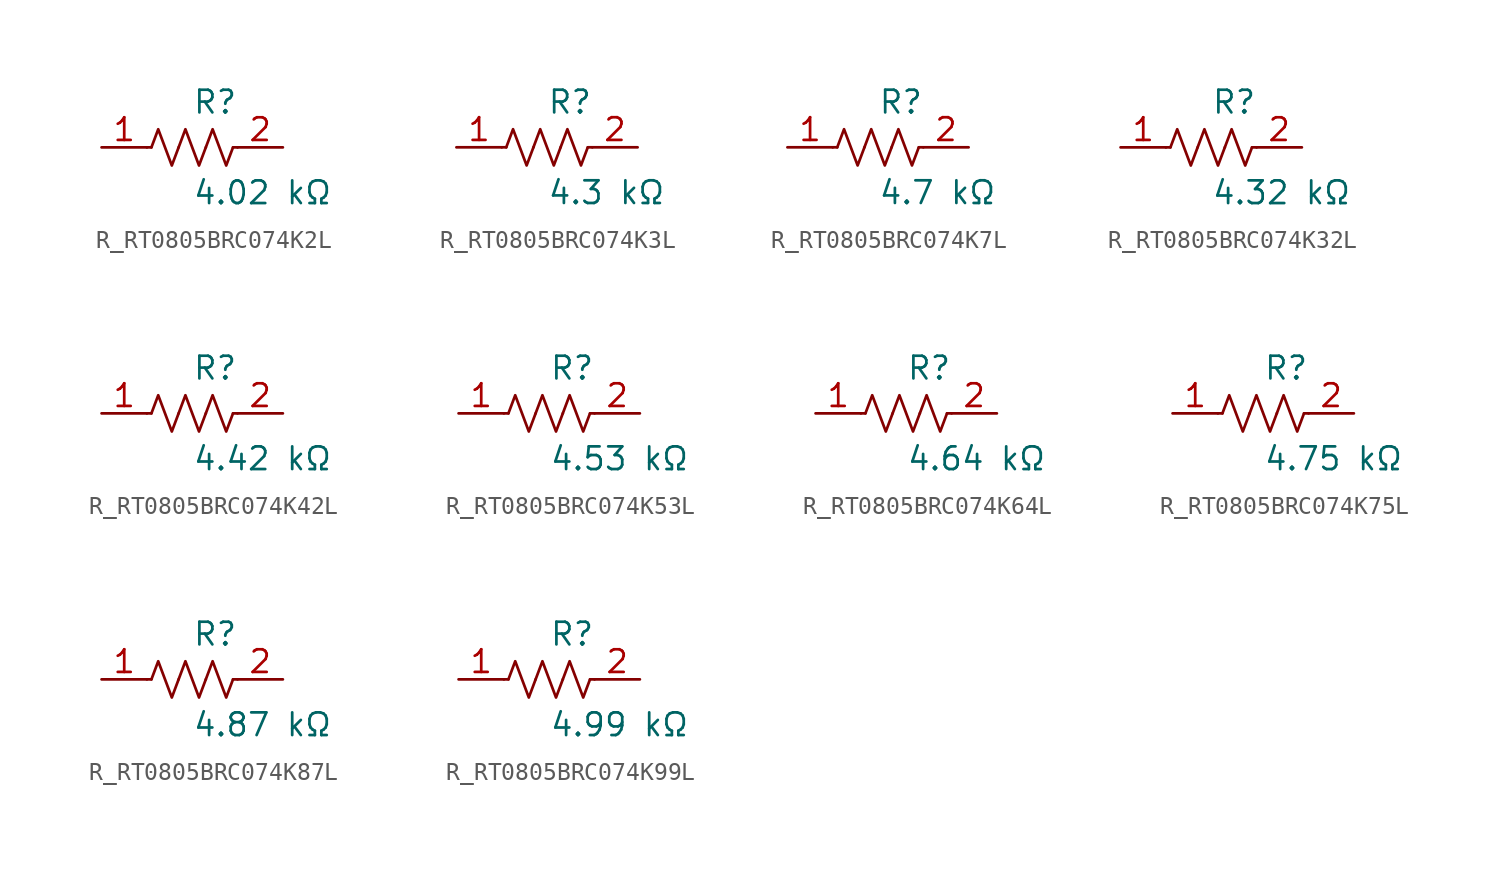
<source format=kicad_sym>
(kicad_symbol_lib
  (version 20231120)
  (generator kicad_symbol_editor)
  (generator_version 8.0)
  (symbol "R_RT0805BRC074K2L"
    (pin_names
      (offset 0.254))
    (property "Reference" "R"
      (at 0.0 2.54 0)
      (effects (font (size 1.27 1.27)) (justify left)))
    (property "Value" "4.02 kΩ"
      (at 0.0 -2.54 0)
      (effects (font (size 1.27 1.27)) (justify left)))
    (symbol "R_RT0805BRC074K2L_0_1"
      (polyline (pts (xy 2.286 0) (xy 2.54 0)) (stroke (width 0) (type default)) (fill (type none)))
      (polyline (pts (xy -2.286 0) (xy -2.54 0)) (stroke (width 0) (type default)) (fill (type none)))
      (polyline (pts (xy 0.762 0) (xy 1.143 1.016) (xy 1.524 0) (xy 1.905 -1.016) (xy 2.286 0)) (stroke (width 0) (type default)) (fill (type none)))
      (polyline (pts (xy -0.762 0) (xy -0.381 1.016) (xy 0 0) (xy 0.381 -1.016) (xy 0.762 0)) (stroke (width 0) (type default)) (fill (type none)))
      (polyline (pts (xy -2.286 0) (xy -1.905 1.016) (xy -1.524 0) (xy -1.143 -1.016) (xy -0.762 0)) (stroke (width 0) (type default)) (fill (type none))))
    (pin unspecified line
      (at -5.08 0 0)
      (length 2.54)
      (name "" (effects (font (size 1.27 1.27))))
      (number "1" (effects (font (size 1.27 1.27)))))
    (pin unspecified line
      (at 5.08 0 180)
      (length 2.54)
      (name "" (effects (font (size 1.27 1.27))))
      (number "2" (effects (font (size 1.27 1.27))))))
  (symbol "R_RT0805BRC074K3L"
    (pin_names
      (offset 0.254))
    (property "Reference" "R"
      (at 0.0 2.54 0)
      (effects (font (size 1.27 1.27)) (justify left)))
    (property "Value" "4.3 kΩ"
      (at 0.0 -2.54 0)
      (effects (font (size 1.27 1.27)) (justify left)))
    (symbol "R_RT0805BRC074K3L_0_1"
      (polyline (pts (xy 2.286 0) (xy 2.54 0)) (stroke (width 0) (type default)) (fill (type none)))
      (polyline (pts (xy -2.286 0) (xy -2.54 0)) (stroke (width 0) (type default)) (fill (type none)))
      (polyline (pts (xy 0.762 0) (xy 1.143 1.016) (xy 1.524 0) (xy 1.905 -1.016) (xy 2.286 0)) (stroke (width 0) (type default)) (fill (type none)))
      (polyline (pts (xy -0.762 0) (xy -0.381 1.016) (xy 0 0) (xy 0.381 -1.016) (xy 0.762 0)) (stroke (width 0) (type default)) (fill (type none)))
      (polyline (pts (xy -2.286 0) (xy -1.905 1.016) (xy -1.524 0) (xy -1.143 -1.016) (xy -0.762 0)) (stroke (width 0) (type default)) (fill (type none))))
    (pin unspecified line
      (at -5.08 0 0)
      (length 2.54)
      (name "" (effects (font (size 1.27 1.27))))
      (number "1" (effects (font (size 1.27 1.27)))))
    (pin unspecified line
      (at 5.08 0 180)
      (length 2.54)
      (name "" (effects (font (size 1.27 1.27))))
      (number "2" (effects (font (size 1.27 1.27))))))
  (symbol "R_RT0805BRC074K7L"
    (pin_names
      (offset 0.254))
    (property "Reference" "R"
      (at 0.0 2.54 0)
      (effects (font (size 1.27 1.27)) (justify left)))
    (property "Value" "4.7 kΩ"
      (at 0.0 -2.54 0)
      (effects (font (size 1.27 1.27)) (justify left)))
    (symbol "R_RT0805BRC074K7L_0_1"
      (polyline (pts (xy 2.286 0) (xy 2.54 0)) (stroke (width 0) (type default)) (fill (type none)))
      (polyline (pts (xy -2.286 0) (xy -2.54 0)) (stroke (width 0) (type default)) (fill (type none)))
      (polyline (pts (xy 0.762 0) (xy 1.143 1.016) (xy 1.524 0) (xy 1.905 -1.016) (xy 2.286 0)) (stroke (width 0) (type default)) (fill (type none)))
      (polyline (pts (xy -0.762 0) (xy -0.381 1.016) (xy 0 0) (xy 0.381 -1.016) (xy 0.762 0)) (stroke (width 0) (type default)) (fill (type none)))
      (polyline (pts (xy -2.286 0) (xy -1.905 1.016) (xy -1.524 0) (xy -1.143 -1.016) (xy -0.762 0)) (stroke (width 0) (type default)) (fill (type none))))
    (pin unspecified line
      (at -5.08 0 0)
      (length 2.54)
      (name "" (effects (font (size 1.27 1.27))))
      (number "1" (effects (font (size 1.27 1.27)))))
    (pin unspecified line
      (at 5.08 0 180)
      (length 2.54)
      (name "" (effects (font (size 1.27 1.27))))
      (number "2" (effects (font (size 1.27 1.27))))))
  (symbol "R_RT0805BRC074K32L"
    (pin_names
      (offset 0.254))
    (property "Reference" "R"
      (at 0.0 2.54 0)
      (effects (font (size 1.27 1.27)) (justify left)))
    (property "Value" "4.32 kΩ"
      (at 0.0 -2.54 0)
      (effects (font (size 1.27 1.27)) (justify left)))
    (symbol "R_RT0805BRC074K32L_0_1"
      (polyline (pts (xy 2.286 0) (xy 2.54 0)) (stroke (width 0) (type default)) (fill (type none)))
      (polyline (pts (xy -2.286 0) (xy -2.54 0)) (stroke (width 0) (type default)) (fill (type none)))
      (polyline (pts (xy 0.762 0) (xy 1.143 1.016) (xy 1.524 0) (xy 1.905 -1.016) (xy 2.286 0)) (stroke (width 0) (type default)) (fill (type none)))
      (polyline (pts (xy -0.762 0) (xy -0.381 1.016) (xy 0 0) (xy 0.381 -1.016) (xy 0.762 0)) (stroke (width 0) (type default)) (fill (type none)))
      (polyline (pts (xy -2.286 0) (xy -1.905 1.016) (xy -1.524 0) (xy -1.143 -1.016) (xy -0.762 0)) (stroke (width 0) (type default)) (fill (type none))))
    (pin unspecified line
      (at -5.08 0 0)
      (length 2.54)
      (name "" (effects (font (size 1.27 1.27))))
      (number "1" (effects (font (size 1.27 1.27)))))
    (pin unspecified line
      (at 5.08 0 180)
      (length 2.54)
      (name "" (effects (font (size 1.27 1.27))))
      (number "2" (effects (font (size 1.27 1.27))))))
  (symbol "R_RT0805BRC074K42L"
    (pin_names
      (offset 0.254))
    (property "Reference" "R"
      (at 0.0 2.54 0)
      (effects (font (size 1.27 1.27)) (justify left)))
    (property "Value" "4.42 kΩ"
      (at 0.0 -2.54 0)
      (effects (font (size 1.27 1.27)) (justify left)))
    (symbol "R_RT0805BRC074K42L_0_1"
      (polyline (pts (xy 2.286 0) (xy 2.54 0)) (stroke (width 0) (type default)) (fill (type none)))
      (polyline (pts (xy -2.286 0) (xy -2.54 0)) (stroke (width 0) (type default)) (fill (type none)))
      (polyline (pts (xy 0.762 0) (xy 1.143 1.016) (xy 1.524 0) (xy 1.905 -1.016) (xy 2.286 0)) (stroke (width 0) (type default)) (fill (type none)))
      (polyline (pts (xy -0.762 0) (xy -0.381 1.016) (xy 0 0) (xy 0.381 -1.016) (xy 0.762 0)) (stroke (width 0) (type default)) (fill (type none)))
      (polyline (pts (xy -2.286 0) (xy -1.905 1.016) (xy -1.524 0) (xy -1.143 -1.016) (xy -0.762 0)) (stroke (width 0) (type default)) (fill (type none))))
    (pin unspecified line
      (at -5.08 0 0)
      (length 2.54)
      (name "" (effects (font (size 1.27 1.27))))
      (number "1" (effects (font (size 1.27 1.27)))))
    (pin unspecified line
      (at 5.08 0 180)
      (length 2.54)
      (name "" (effects (font (size 1.27 1.27))))
      (number "2" (effects (font (size 1.27 1.27))))))
  (symbol "R_RT0805BRC074K53L"
    (pin_names
      (offset 0.254))
    (property "Reference" "R"
      (at 0.0 2.54 0)
      (effects (font (size 1.27 1.27)) (justify left)))
    (property "Value" "4.53 kΩ"
      (at 0.0 -2.54 0)
      (effects (font (size 1.27 1.27)) (justify left)))
    (symbol "R_RT0805BRC074K53L_0_1"
      (polyline (pts (xy 2.286 0) (xy 2.54 0)) (stroke (width 0) (type default)) (fill (type none)))
      (polyline (pts (xy -2.286 0) (xy -2.54 0)) (stroke (width 0) (type default)) (fill (type none)))
      (polyline (pts (xy 0.762 0) (xy 1.143 1.016) (xy 1.524 0) (xy 1.905 -1.016) (xy 2.286 0)) (stroke (width 0) (type default)) (fill (type none)))
      (polyline (pts (xy -0.762 0) (xy -0.381 1.016) (xy 0 0) (xy 0.381 -1.016) (xy 0.762 0)) (stroke (width 0) (type default)) (fill (type none)))
      (polyline (pts (xy -2.286 0) (xy -1.905 1.016) (xy -1.524 0) (xy -1.143 -1.016) (xy -0.762 0)) (stroke (width 0) (type default)) (fill (type none))))
    (pin unspecified line
      (at -5.08 0 0)
      (length 2.54)
      (name "" (effects (font (size 1.27 1.27))))
      (number "1" (effects (font (size 1.27 1.27)))))
    (pin unspecified line
      (at 5.08 0 180)
      (length 2.54)
      (name "" (effects (font (size 1.27 1.27))))
      (number "2" (effects (font (size 1.27 1.27))))))
  (symbol "R_RT0805BRC074K64L"
    (pin_names
      (offset 0.254))
    (property "Reference" "R"
      (at 0.0 2.54 0)
      (effects (font (size 1.27 1.27)) (justify left)))
    (property "Value" "4.64 kΩ"
      (at 0.0 -2.54 0)
      (effects (font (size 1.27 1.27)) (justify left)))
    (symbol "R_RT0805BRC074K64L_0_1"
      (polyline (pts (xy 2.286 0) (xy 2.54 0)) (stroke (width 0) (type default)) (fill (type none)))
      (polyline (pts (xy -2.286 0) (xy -2.54 0)) (stroke (width 0) (type default)) (fill (type none)))
      (polyline (pts (xy 0.762 0) (xy 1.143 1.016) (xy 1.524 0) (xy 1.905 -1.016) (xy 2.286 0)) (stroke (width 0) (type default)) (fill (type none)))
      (polyline (pts (xy -0.762 0) (xy -0.381 1.016) (xy 0 0) (xy 0.381 -1.016) (xy 0.762 0)) (stroke (width 0) (type default)) (fill (type none)))
      (polyline (pts (xy -2.286 0) (xy -1.905 1.016) (xy -1.524 0) (xy -1.143 -1.016) (xy -0.762 0)) (stroke (width 0) (type default)) (fill (type none))))
    (pin unspecified line
      (at -5.08 0 0)
      (length 2.54)
      (name "" (effects (font (size 1.27 1.27))))
      (number "1" (effects (font (size 1.27 1.27)))))
    (pin unspecified line
      (at 5.08 0 180)
      (length 2.54)
      (name "" (effects (font (size 1.27 1.27))))
      (number "2" (effects (font (size 1.27 1.27))))))
  (symbol "R_RT0805BRC074K75L"
    (pin_names
      (offset 0.254))
    (property "Reference" "R"
      (at 0.0 2.54 0)
      (effects (font (size 1.27 1.27)) (justify left)))
    (property "Value" "4.75 kΩ"
      (at 0.0 -2.54 0)
      (effects (font (size 1.27 1.27)) (justify left)))
    (symbol "R_RT0805BRC074K75L_0_1"
      (polyline (pts (xy 2.286 0) (xy 2.54 0)) (stroke (width 0) (type default)) (fill (type none)))
      (polyline (pts (xy -2.286 0) (xy -2.54 0)) (stroke (width 0) (type default)) (fill (type none)))
      (polyline (pts (xy 0.762 0) (xy 1.143 1.016) (xy 1.524 0) (xy 1.905 -1.016) (xy 2.286 0)) (stroke (width 0) (type default)) (fill (type none)))
      (polyline (pts (xy -0.762 0) (xy -0.381 1.016) (xy 0 0) (xy 0.381 -1.016) (xy 0.762 0)) (stroke (width 0) (type default)) (fill (type none)))
      (polyline (pts (xy -2.286 0) (xy -1.905 1.016) (xy -1.524 0) (xy -1.143 -1.016) (xy -0.762 0)) (stroke (width 0) (type default)) (fill (type none))))
    (pin unspecified line
      (at -5.08 0 0)
      (length 2.54)
      (name "" (effects (font (size 1.27 1.27))))
      (number "1" (effects (font (size 1.27 1.27)))))
    (pin unspecified line
      (at 5.08 0 180)
      (length 2.54)
      (name "" (effects (font (size 1.27 1.27))))
      (number "2" (effects (font (size 1.27 1.27))))))
  (symbol "R_RT0805BRC074K87L"
    (pin_names
      (offset 0.254))
    (property "Reference" "R"
      (at 0.0 2.54 0)
      (effects (font (size 1.27 1.27)) (justify left)))
    (property "Value" "4.87 kΩ"
      (at 0.0 -2.54 0)
      (effects (font (size 1.27 1.27)) (justify left)))
    (symbol "R_RT0805BRC074K87L_0_1"
      (polyline (pts (xy 2.286 0) (xy 2.54 0)) (stroke (width 0) (type default)) (fill (type none)))
      (polyline (pts (xy -2.286 0) (xy -2.54 0)) (stroke (width 0) (type default)) (fill (type none)))
      (polyline (pts (xy 0.762 0) (xy 1.143 1.016) (xy 1.524 0) (xy 1.905 -1.016) (xy 2.286 0)) (stroke (width 0) (type default)) (fill (type none)))
      (polyline (pts (xy -0.762 0) (xy -0.381 1.016) (xy 0 0) (xy 0.381 -1.016) (xy 0.762 0)) (stroke (width 0) (type default)) (fill (type none)))
      (polyline (pts (xy -2.286 0) (xy -1.905 1.016) (xy -1.524 0) (xy -1.143 -1.016) (xy -0.762 0)) (stroke (width 0) (type default)) (fill (type none))))
    (pin unspecified line
      (at -5.08 0 0)
      (length 2.54)
      (name "" (effects (font (size 1.27 1.27))))
      (number "1" (effects (font (size 1.27 1.27)))))
    (pin unspecified line
      (at 5.08 0 180)
      (length 2.54)
      (name "" (effects (font (size 1.27 1.27))))
      (number "2" (effects (font (size 1.27 1.27))))))
  (symbol "R_RT0805BRC074K99L"
    (pin_names
      (offset 0.254))
    (property "Reference" "R"
      (at 0.0 2.54 0)
      (effects (font (size 1.27 1.27)) (justify left)))
    (property "Value" "4.99 kΩ"
      (at 0.0 -2.54 0)
      (effects (font (size 1.27 1.27)) (justify left)))
    (symbol "R_RT0805BRC074K99L_0_1"
      (polyline (pts (xy 2.286 0) (xy 2.54 0)) (stroke (width 0) (type default)) (fill (type none)))
      (polyline (pts (xy -2.286 0) (xy -2.54 0)) (stroke (width 0) (type default)) (fill (type none)))
      (polyline (pts (xy 0.762 0) (xy 1.143 1.016) (xy 1.524 0) (xy 1.905 -1.016) (xy 2.286 0)) (stroke (width 0) (type default)) (fill (type none)))
      (polyline (pts (xy -0.762 0) (xy -0.381 1.016) (xy 0 0) (xy 0.381 -1.016) (xy 0.762 0)) (stroke (width 0) (type default)) (fill (type none)))
      (polyline (pts (xy -2.286 0) (xy -1.905 1.016) (xy -1.524 0) (xy -1.143 -1.016) (xy -0.762 0)) (stroke (width 0) (type default)) (fill (type none))))
    (pin unspecified line
      (at -5.08 0 0)
      (length 2.54)
      (name "" (effects (font (size 1.27 1.27))))
      (number "1" (effects (font (size 1.27 1.27)))))
    (pin unspecified line
      (at 5.08 0 180)
      (length 2.54)
      (name "" (effects (font (size 1.27 1.27))))
      (number "2" (effects (font (size 1.27 1.27)))))))
</source>
